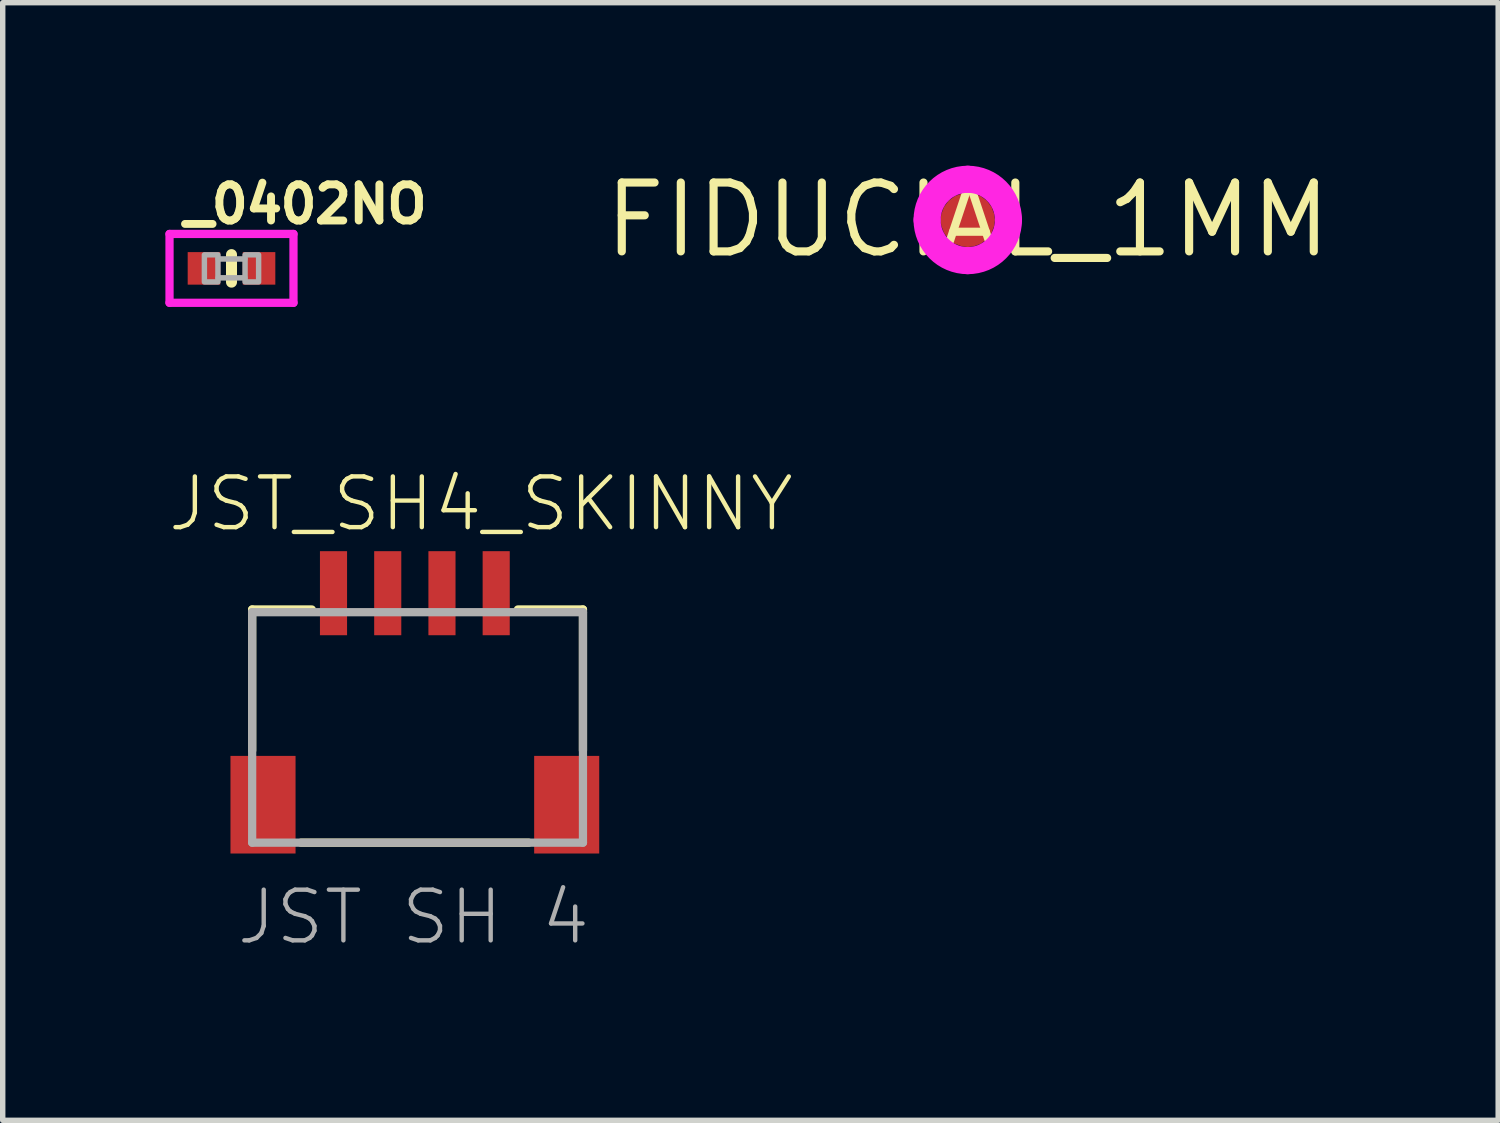
<source format=kicad_pcb>
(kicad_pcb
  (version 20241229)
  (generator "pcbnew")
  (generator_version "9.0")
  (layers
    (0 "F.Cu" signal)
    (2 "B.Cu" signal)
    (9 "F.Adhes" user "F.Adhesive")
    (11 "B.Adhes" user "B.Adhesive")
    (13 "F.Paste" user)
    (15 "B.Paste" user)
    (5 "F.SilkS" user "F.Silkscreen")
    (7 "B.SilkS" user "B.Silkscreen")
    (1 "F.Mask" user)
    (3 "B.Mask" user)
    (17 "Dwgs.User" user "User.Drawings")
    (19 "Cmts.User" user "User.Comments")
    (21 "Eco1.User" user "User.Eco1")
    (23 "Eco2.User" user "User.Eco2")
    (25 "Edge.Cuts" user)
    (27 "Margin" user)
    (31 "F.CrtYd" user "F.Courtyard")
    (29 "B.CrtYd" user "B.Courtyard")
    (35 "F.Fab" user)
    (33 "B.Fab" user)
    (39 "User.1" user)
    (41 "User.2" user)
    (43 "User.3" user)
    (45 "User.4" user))
  (footprint "FIDUCIAL_1MM"
    (layer "F.Cu")
    (at 14.796 1.006)
    (property "Reference" "FIDUCIAL_1MM" (at 0 0 0) (layer "F.SilkS") (effects (font (size 1.27 1.27) (thickness 0.15))))
    (fp_arc (start -0.75 0) (mid -0.53033 -0.53033) (end 0 -0.75) (stroke (width 0.4699) (type solid)) (layer "F.Mask"))
    (fp_arc (start 0 -0.75) (mid 0.53033 -0.53033) (end 0.75 0) (stroke (width 0.4699) (type solid)) (layer "F.Mask"))
    (fp_arc (start 0 0.75) (mid -0.53033 0.53033) (end -0.75 0) (stroke (width 0.4699) (type solid)) (layer "F.Mask"))
    (fp_arc (start 0.75 0) (mid 0.53033 0.53033) (end 0 0.75) (stroke (width 0.4699) (type solid)) (layer "F.Mask"))
    (fp_arc (start -0.75 0) (mid -0.53033 -0.53033) (end 0 -0.75) (stroke (width 0.5) (type solid)) (layer "F.CrtYd"))
    (fp_arc (start 0 -0.75) (mid 0.53033 -0.53033) (end 0.75 0) (stroke (width 0.5) (type solid)) (layer "F.CrtYd"))
    (fp_arc (start 0 0.75) (mid -0.53033 0.53033) (end -0.75 0) (stroke (width 0.5) (type solid)) (layer "F.CrtYd"))
    (fp_arc (start 0.75 0) (mid 0.53033 0.53033) (end 0 0.75) (stroke (width 0.5) (type solid)) (layer "F.CrtYd"))
    (pad "1" smd roundrect (at 0 0) (size 1 1) (layers "F.Cu" "F.Mask") (roundrect_rratio 0.5)))
  (footprint "_0402NO"
    (layer "F.Cu")
    (at 1.219 1.899)
    (property "Reference" "_0402NO" (at -0.953 -0.794 0) (layer "F.SilkS") (effects (font (size 0.666 0.666) (thickness 0.146)) (justify left bottom)))
    (fp_line (start 0 -0.254) (end 0 0.254) (stroke (width 0.203) (type solid)) (layer "F.SilkS"))
    (fp_poly (pts (xy -0.079 0.238) (xy 0.079 0.238) (xy 0.079 -0.238) (xy -0.079 -0.238)) (stroke (width 0) (type solid)) (fill yes) (layer "F.Adhes"))
    (fp_line (start -1.143 -0.635) (end 1.143 -0.635) (stroke (width 0.152) (type solid)) (layer "F.CrtYd"))
    (fp_line (start -1.143 0.635) (end -1.143 -0.635) (stroke (width 0.152) (type solid)) (layer "F.CrtYd"))
    (fp_line (start 1.143 -0.635) (end 1.143 0.635) (stroke (width 0.152) (type solid)) (layer "F.CrtYd"))
    (fp_line (start 1.143 0.635) (end -1.143 0.635) (stroke (width 0.152) (type solid)) (layer "F.CrtYd"))
    (fp_line (start -0.245 -0.174) (end 0.245 -0.174) (stroke (width 0.102) (type solid)) (layer "F.Fab"))
    (fp_line (start 0.245 0.174) (end -0.245 0.174) (stroke (width 0.102) (type solid)) (layer "F.Fab"))
    (fp_poly (pts (xy -0.5 0.25) (xy -0.25 0.25) (xy -0.25 -0.25) (xy -0.5 -0.25)) (stroke (width 0.1) (type solid)) (fill no) (layer "F.Fab"))
    (fp_poly (pts (xy 0.25 0.25) (xy 0.5 0.25) (xy 0.5 -0.25) (xy 0.25 -0.25)) (stroke (width 0.1) (type solid)) (fill no) (layer "F.Fab"))
    (pad "1" smd rect (at -0.508 0) (size 0.6 0.6) (layers "F.Cu" "F.Mask" "F.Paste"))
    (pad "2" smd rect (at 0.508 0) (size 0.6 0.6) (layers "F.Cu" "F.Mask" "F.Paste")))
  (footprint "JST_SH4_SKINNY"
    (layer "F.Cu")
    (at 4.6 10.403)
    (property "Reference" "JST_SH4_SKINNY" (at -4.6 -3.614 0) (layer "F.SilkS") (effects (font (size 0.935 0.935) (thickness 0.081)) (justify left bottom)))
    (fp_line (start -3 -2.214) (end -1.9 -2.214) (stroke (width 0.152) (type solid)) (layer "F.SilkS"))
    (fp_line (start -3 0.386) (end -3 -2.214) (stroke (width 0.152) (type solid)) (layer "F.SilkS"))
    (fp_line (start -2.1 2.086) (end 2.1 2.086) (stroke (width 0.152) (type solid)) (layer "F.SilkS"))
    (fp_line (start 1.9 -2.214) (end 3.1 -2.214) (stroke (width 0.152) (type solid)) (layer "F.SilkS"))
    (fp_line (start 3.1 -2.214) (end 3.1 0.386) (stroke (width 0.152) (type solid)) (layer "F.SilkS"))
    (fp_line (start -3 -2.164) (end 3.1 -2.164) (stroke (width 0.152) (type solid)) (layer "F.Fab"))
    (fp_line (start -3 2.086) (end -3 -2.164) (stroke (width 0.152) (type solid)) (layer "F.Fab"))
    (fp_line (start 3.1 -2.164) (end 3.1 2.086) (stroke (width 0.152) (type solid)) (layer "F.Fab"))
    (fp_line (start 3.1 2.086) (end -3 2.086) (stroke (width 0.152) (type solid)) (layer "F.Fab"))
    (fp_text user "JST SH 4" (at -3.33 4.006 0) (layer "F.Fab") (effects (font (size 0.935 0.935) (thickness 0.081)) (justify left bottom)))
    (pad "1" smd rect (at -1.5 -2.514 90) (size 1.55 0.5) (layers "F.Cu" "F.Mask" "F.Paste"))
    (pad "2" smd rect (at -0.5 -2.514 90) (size 1.55 0.5) (layers "F.Cu" "F.Mask" "F.Paste"))
    (pad "3" smd rect (at 0.5 -2.514 90) (size 1.55 0.5) (layers "F.Cu" "F.Mask" "F.Paste"))
    (pad "4" smd rect (at 1.5 -2.514 90) (size 1.55 0.5) (layers "F.Cu" "F.Mask" "F.Paste"))
    (pad "MT1" smd rect (at -2.8 1.386 90) (size 1.8 1.2) (layers "F.Cu" "F.Mask" "F.Paste"))
    (pad "MT2" smd rect (at 2.8 1.386 90) (size 1.8 1.2) (layers "F.Cu" "F.Mask" "F.Paste")))
  (gr_rect
    (start -3 -3)
    (end 24.577 17.609)
    (stroke (width 0.1) (type default))
    (fill no)
    (layer "Edge.Cuts")))
</source>
